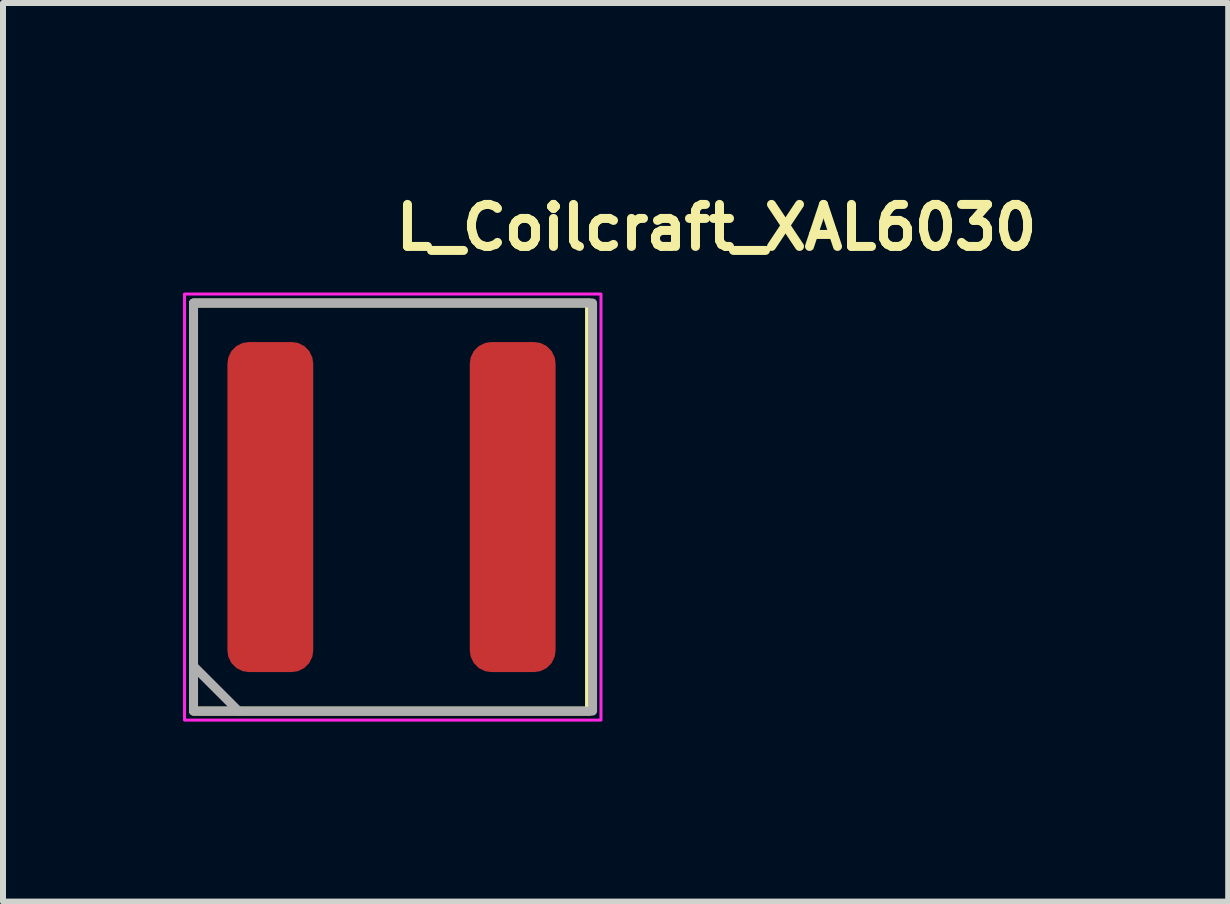
<source format=kicad_pcb>
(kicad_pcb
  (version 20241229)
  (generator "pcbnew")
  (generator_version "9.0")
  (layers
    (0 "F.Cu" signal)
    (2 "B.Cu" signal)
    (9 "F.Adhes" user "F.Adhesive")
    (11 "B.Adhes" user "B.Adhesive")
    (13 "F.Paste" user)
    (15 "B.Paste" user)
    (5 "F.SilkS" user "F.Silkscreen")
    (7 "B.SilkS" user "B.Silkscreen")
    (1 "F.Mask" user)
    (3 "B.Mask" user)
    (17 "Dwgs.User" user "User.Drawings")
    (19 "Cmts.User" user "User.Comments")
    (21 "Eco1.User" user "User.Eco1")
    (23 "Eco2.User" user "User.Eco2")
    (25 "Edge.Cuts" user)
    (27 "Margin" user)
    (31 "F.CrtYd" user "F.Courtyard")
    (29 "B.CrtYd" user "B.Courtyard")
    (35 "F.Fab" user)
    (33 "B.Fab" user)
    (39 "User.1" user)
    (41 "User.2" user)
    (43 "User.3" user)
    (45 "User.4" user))
  (footprint "L_Coilcraft_XAL6030"
    (layer "F.Cu")
    (at 3.475 5.4)
    (property "Reference" "L_Coilcraft_XAL6030" (at 0 -4.25 0) (unlocked yes) (layer "F.SilkS") (effects (font (size 0.7 0.7) (thickness 0.15)) (justify left bottom)))
    (attr smd)
    (fp_rect (start -3.3 -3.4) (end 3.3 3.4) (stroke (width 0.15) (type solid)) (fill no) (layer "F.SilkS"))
    (fp_rect (start -3.45 -3.55) (end 3.49 3.55) (stroke (width 0.05) (type solid)) (fill no) (layer "F.CrtYd"))
    (fp_line (start -3.3 2.65) (end -2.55 3.4) (stroke (width 0.15) (type solid)) (layer "F.Fab"))
    (fp_rect (start 3.35 -3.4) (end -3.3 3.4) (stroke (width 0.15) (type solid)) (fill no) (layer "F.Fab"))
    (fp_rect (start -3.28 -3.38) (end 3.28 3.38) (stroke (width 0.15) (type solid)) (fill no) (layer "User.5"))
    (fp_line (start -3.28 -3.13) (end -3.28 3.13) (stroke (width 0.01) (type solid)) (layer "User.9"))
    (fp_line (start -3.28 -3.13) (end -3.28 -3.142) (stroke (width 0.01) (type solid)) (layer "User.9"))
    (fp_line (start -3.28 -3.142) (end -3.279 -3.155) (stroke (width 0.01) (type solid)) (layer "User.9"))
    (fp_line (start -3.28 3.142) (end -3.28 3.13) (stroke (width 0.01) (type solid)) (layer "User.9"))
    (fp_line (start -3.279 -3.155) (end -3.277 -3.167) (stroke (width 0.01) (type solid)) (layer "User.9"))
    (fp_line (start -3.279 3.155) (end -3.28 3.142) (stroke (width 0.01) (type solid)) (layer "User.9"))
    (fp_line (start -3.277 -3.167) (end -3.275 -3.179) (stroke (width 0.01) (type solid)) (layer "User.9"))
    (fp_line (start -3.277 3.167) (end -3.279 3.155) (stroke (width 0.01) (type solid)) (layer "User.9"))
    (fp_line (start -3.275 -3.179) (end -3.272 -3.191) (stroke (width 0.01) (type solid)) (layer "User.9"))
    (fp_line (start -3.275 3.179) (end -3.277 3.167) (stroke (width 0.01) (type solid)) (layer "User.9"))
    (fp_line (start -3.272 -3.191) (end -3.269 -3.203) (stroke (width 0.01) (type solid)) (layer "User.9"))
    (fp_line (start -3.272 3.191) (end -3.275 3.179) (stroke (width 0.01) (type solid)) (layer "User.9"))
    (fp_line (start -3.269 -3.203) (end -3.265 -3.214) (stroke (width 0.01) (type solid)) (layer "User.9"))
    (fp_line (start -3.269 3.203) (end -3.272 3.191) (stroke (width 0.01) (type solid)) (layer "User.9"))
    (fp_line (start -3.265 -3.214) (end -3.261 -3.226) (stroke (width 0.01) (type solid)) (layer "User.9"))
    (fp_line (start -3.265 3.214) (end -3.269 3.203) (stroke (width 0.01) (type solid)) (layer "User.9"))
    (fp_line (start -3.261 -3.226) (end -3.256 -3.237) (stroke (width 0.01) (type solid)) (layer "User.9"))
    (fp_line (start -3.261 3.226) (end -3.265 3.214) (stroke (width 0.01) (type solid)) (layer "User.9"))
    (fp_line (start -3.256 -3.237) (end -3.251 -3.248) (stroke (width 0.01) (type solid)) (layer "User.9"))
    (fp_line (start -3.256 3.237) (end -3.261 3.226) (stroke (width 0.01) (type solid)) (layer "User.9"))
    (fp_line (start -3.251 -3.248) (end -3.245 -3.258) (stroke (width 0.01) (type solid)) (layer "User.9"))
    (fp_line (start -3.251 3.248) (end -3.256 3.237) (stroke (width 0.01) (type solid)) (layer "User.9"))
    (fp_line (start -3.245 -3.258) (end -3.238 -3.269) (stroke (width 0.01) (type solid)) (layer "User.9"))
    (fp_line (start -3.245 3.258) (end -3.251 3.248) (stroke (width 0.01) (type solid)) (layer "User.9"))
    (fp_line (start -3.238 -3.269) (end -3.231 -3.279) (stroke (width 0.01) (type solid)) (layer "User.9"))
    (fp_line (start -3.238 3.269) (end -3.245 3.258) (stroke (width 0.01) (type solid)) (layer "User.9"))
    (fp_line (start -3.231 -3.279) (end -3.223 -3.288) (stroke (width 0.01) (type solid)) (layer "User.9"))
    (fp_line (start -3.231 3.279) (end -3.238 3.269) (stroke (width 0.01) (type solid)) (layer "User.9"))
    (fp_line (start -3.223 -3.288) (end -3.215 -3.298) (stroke (width 0.01) (type solid)) (layer "User.9"))
    (fp_line (start -3.223 3.288) (end -3.231 3.279) (stroke (width 0.01) (type solid)) (layer "User.9"))
    (fp_line (start -3.215 -3.298) (end -3.207 -3.307) (stroke (width 0.01) (type solid)) (layer "User.9"))
    (fp_line (start -3.215 3.298) (end -3.223 3.288) (stroke (width 0.01) (type solid)) (layer "User.9"))
    (fp_line (start -3.207 -3.307) (end -3.207 -3.307) (stroke (width 0.01) (type solid)) (layer "User.9"))
    (fp_line (start -3.207 -3.307) (end -3.198 -3.315) (stroke (width 0.01) (type solid)) (layer "User.9"))
    (fp_line (start -3.207 3.307) (end -3.215 3.298) (stroke (width 0.01) (type solid)) (layer "User.9"))
    (fp_line (start -3.207 3.307) (end -3.207 3.307) (stroke (width 0.01) (type solid)) (layer "User.9"))
    (fp_line (start -3.198 -3.315) (end -3.188 -3.323) (stroke (width 0.01) (type solid)) (layer "User.9"))
    (fp_line (start -3.198 3.315) (end -3.207 3.307) (stroke (width 0.01) (type solid)) (layer "User.9"))
    (fp_line (start -3.188 -3.323) (end -3.179 -3.331) (stroke (width 0.01) (type solid)) (layer "User.9"))
    (fp_line (start -3.188 3.323) (end -3.198 3.315) (stroke (width 0.01) (type solid)) (layer "User.9"))
    (fp_line (start -3.179 -3.331) (end -3.169 -3.338) (stroke (width 0.01) (type solid)) (layer "User.9"))
    (fp_line (start -3.179 3.331) (end -3.188 3.323) (stroke (width 0.01) (type solid)) (layer "User.9"))
    (fp_line (start -3.169 -3.338) (end -3.158 -3.345) (stroke (width 0.01) (type solid)) (layer "User.9"))
    (fp_line (start -3.169 3.338) (end -3.179 3.331) (stroke (width 0.01) (type solid)) (layer "User.9"))
    (fp_line (start -3.158 -3.345) (end -3.148 -3.351) (stroke (width 0.01) (type solid)) (layer "User.9"))
    (fp_line (start -3.158 3.345) (end -3.169 3.338) (stroke (width 0.01) (type solid)) (layer "User.9"))
    (fp_line (start -3.148 -3.351) (end -3.137 -3.356) (stroke (width 0.01) (type solid)) (layer "User.9"))
    (fp_line (start -3.148 3.351) (end -3.158 3.345) (stroke (width 0.01) (type solid)) (layer "User.9"))
    (fp_line (start -3.137 -3.356) (end -3.126 -3.361) (stroke (width 0.01) (type solid)) (layer "User.9"))
    (fp_line (start -3.137 3.356) (end -3.148 3.351) (stroke (width 0.01) (type solid)) (layer "User.9"))
    (fp_line (start -3.126 -3.361) (end -3.114 -3.365) (stroke (width 0.01) (type solid)) (layer "User.9"))
    (fp_line (start -3.126 3.361) (end -3.137 3.356) (stroke (width 0.01) (type solid)) (layer "User.9"))
    (fp_line (start -3.114 -3.365) (end -3.103 -3.369) (stroke (width 0.01) (type solid)) (layer "User.9"))
    (fp_line (start -3.114 3.365) (end -3.126 3.361) (stroke (width 0.01) (type solid)) (layer "User.9"))
    (fp_line (start -3.103 -3.369) (end -3.091 -3.372) (stroke (width 0.01) (type solid)) (layer "User.9"))
    (fp_line (start -3.103 3.369) (end -3.114 3.365) (stroke (width 0.01) (type solid)) (layer "User.9"))
    (fp_line (start -3.091 -3.372) (end -3.079 -3.375) (stroke (width 0.01) (type solid)) (layer "User.9"))
    (fp_line (start -3.091 3.372) (end -3.103 3.369) (stroke (width 0.01) (type solid)) (layer "User.9"))
    (fp_line (start -3.079 -3.375) (end -3.067 -3.377) (stroke (width 0.01) (type solid)) (layer "User.9"))
    (fp_line (start -3.079 3.375) (end -3.091 3.372) (stroke (width 0.01) (type solid)) (layer "User.9"))
    (fp_line (start -3.067 -3.377) (end -3.055 -3.379) (stroke (width 0.01) (type solid)) (layer "User.9"))
    (fp_line (start -3.067 3.377) (end -3.079 3.375) (stroke (width 0.01) (type solid)) (layer "User.9"))
    (fp_line (start -3.055 -3.379) (end -3.042 -3.38) (stroke (width 0.01) (type solid)) (layer "User.9"))
    (fp_line (start -3.055 3.379) (end -3.067 3.377) (stroke (width 0.01) (type solid)) (layer "User.9"))
    (fp_line (start -3.042 -3.38) (end -3.03 -3.38) (stroke (width 0.01) (type solid)) (layer "User.9"))
    (fp_line (start -3.042 3.38) (end -3.055 3.379) (stroke (width 0.01) (type solid)) (layer "User.9"))
    (fp_line (start -3.03 3.38) (end -3.042 3.38) (stroke (width 0.01) (type solid)) (layer "User.9"))
    (fp_line (start -3.03 3.38) (end 3.03 3.38) (stroke (width 0.01) (type solid)) (layer "User.9"))
    (fp_line (start -2.593 -3) (end -2.343 -3) (stroke (width 0.01) (type solid)) (layer "User.9"))
    (fp_line (start -2.593 3) (end -2.593 -3) (stroke (width 0.01) (type solid)) (layer "User.9"))
    (fp_line (start -2.343 -3) (end -2.343 3) (stroke (width 0.01) (type solid)) (layer "User.9"))
    (fp_line (start -2.343 3) (end -2.593 3) (stroke (width 0.01) (type solid)) (layer "User.9"))
    (fp_line (start -1.489 -0.256) (end -1.489 -0.315) (stroke (width 0.01) (type solid)) (layer "User.9"))
    (fp_line (start -1.489 -0.315) (end -1.485 -0.374) (stroke (width 0.01) (type solid)) (layer "User.9"))
    (fp_line (start -1.485 -0.197) (end -1.489 -0.256) (stroke (width 0.01) (type solid)) (layer "User.9"))
    (fp_line (start -1.485 -0.374) (end -1.475 -0.433) (stroke (width 0.01) (type solid)) (layer "User.9"))
    (fp_line (start -1.476 -0.139) (end -1.485 -0.197) (stroke (width 0.01) (type solid)) (layer "User.9"))
    (fp_line (start -1.475 -0.433) (end -1.461 -0.492) (stroke (width 0.01) (type solid)) (layer "User.9"))
    (fp_line (start -1.464 -0.082) (end -1.476 -0.139) (stroke (width 0.01) (type solid)) (layer "User.9"))
    (fp_line (start -1.461 -0.492) (end -1.455 -0.51) (stroke (width 0.01) (type solid)) (layer "User.9"))
    (fp_line (start -1.455 -0.51) (end -1.449 -0.528) (stroke (width 0.01) (type solid)) (layer "User.9"))
    (fp_line (start -1.449 -0.528) (end -1.461 -0.492) (stroke (width 0.01) (type solid)) (layer "User.9"))
    (fp_line (start -1.449 -0.528) (end -1.441 -0.546) (stroke (width 0.01) (type solid)) (layer "User.9"))
    (fp_line (start -1.447 -0.025) (end -1.464 -0.082) (stroke (width 0.01) (type solid)) (layer "User.9"))
    (fp_line (start -1.441 -0.546) (end -1.433 -0.564) (stroke (width 0.01) (type solid)) (layer "User.9"))
    (fp_line (start -1.433 -0.564) (end -1.449 -0.528) (stroke (width 0.01) (type solid)) (layer "User.9"))
    (fp_line (start -1.433 -0.564) (end -1.425 -0.581) (stroke (width 0.01) (type solid)) (layer "User.9"))
    (fp_line (start -1.427 0.032) (end -1.447 -0.025) (stroke (width 0.01) (type solid)) (layer "User.9"))
    (fp_line (start -1.425 -0.581) (end -1.415 -0.598) (stroke (width 0.01) (type solid)) (layer "User.9"))
    (fp_line (start -1.415 -0.598) (end -1.433 -0.564) (stroke (width 0.01) (type solid)) (layer "User.9"))
    (fp_line (start -1.415 -0.598) (end -1.405 -0.615) (stroke (width 0.01) (type solid)) (layer "User.9"))
    (fp_line (start -1.405 -0.615) (end -1.394 -0.631) (stroke (width 0.01) (type solid)) (layer "User.9"))
    (fp_line (start -1.404 0.087) (end -1.427 0.032) (stroke (width 0.01) (type solid)) (layer "User.9"))
    (fp_line (start -1.394 -0.631) (end -1.415 -0.598) (stroke (width 0.01) (type solid)) (layer "User.9"))
    (fp_line (start -1.394 -0.631) (end -1.383 -0.647) (stroke (width 0.01) (type solid)) (layer "User.9"))
    (fp_line (start -1.383 -0.647) (end -1.371 -0.662) (stroke (width 0.01) (type solid)) (layer "User.9"))
    (fp_line (start -1.377 0.142) (end -1.404 0.087) (stroke (width 0.01) (type solid)) (layer "User.9"))
    (fp_line (start -1.371 -0.662) (end -1.394 -0.631) (stroke (width 0.01) (type solid)) (layer "User.9"))
    (fp_line (start -1.371 -0.662) (end -1.358 -0.677) (stroke (width 0.01) (type solid)) (layer "User.9"))
    (fp_line (start -1.358 -0.677) (end -1.345 -0.692) (stroke (width 0.01) (type solid)) (layer "User.9"))
    (fp_line (start -1.347 0.196) (end -1.377 0.142) (stroke (width 0.01) (type solid)) (layer "User.9"))
    (fp_line (start -1.345 -0.692) (end -1.371 -0.662) (stroke (width 0.01) (type solid)) (layer "User.9"))
    (fp_line (start -1.345 -0.692) (end -1.317 -0.721) (stroke (width 0.01) (type solid)) (layer "User.9"))
    (fp_line (start -1.317 -0.721) (end -1.345 -0.692) (stroke (width 0.01) (type solid)) (layer "User.9"))
    (fp_line (start -1.317 -0.721) (end -1.287 -0.747) (stroke (width 0.01) (type solid)) (layer "User.9"))
    (fp_line (start -1.315 0.249) (end -1.347 0.196) (stroke (width 0.01) (type solid)) (layer "User.9"))
    (fp_line (start -1.287 -0.747) (end -1.317 -0.721) (stroke (width 0.01) (type solid)) (layer "User.9"))
    (fp_line (start -1.287 -0.747) (end -1.254 -0.772) (stroke (width 0.01) (type solid)) (layer "User.9"))
    (fp_line (start -1.28 0.3) (end -1.315 0.249) (stroke (width 0.01) (type solid)) (layer "User.9"))
    (fp_line (start -1.254 -0.772) (end -1.287 -0.747) (stroke (width 0.01) (type solid)) (layer "User.9"))
    (fp_line (start -1.254 -0.772) (end -1.22 -0.795) (stroke (width 0.01) (type solid)) (layer "User.9"))
    (fp_line (start -1.242 0.351) (end -1.28 0.3) (stroke (width 0.01) (type solid)) (layer "User.9"))
    (fp_line (start -1.22 -0.795) (end -1.254 -0.772) (stroke (width 0.01) (type solid)) (layer "User.9"))
    (fp_line (start -1.22 -0.795) (end -1.184 -0.816) (stroke (width 0.01) (type solid)) (layer "User.9"))
    (fp_line (start -1.202 0.4) (end -1.242 0.351) (stroke (width 0.01) (type solid)) (layer "User.9"))
    (fp_line (start -1.184 -0.816) (end -1.22 -0.795) (stroke (width 0.01) (type solid)) (layer "User.9"))
    (fp_line (start -1.184 -0.816) (end -1.146 -0.834) (stroke (width 0.01) (type solid)) (layer "User.9"))
    (fp_line (start -1.155 -0.278) (end -1.154 -0.246) (stroke (width 0.01) (type solid)) (layer "User.9"))
    (fp_line (start -1.154 -0.246) (end -1.15 -0.213) (stroke (width 0.01) (type solid)) (layer "User.9"))
    (fp_line (start -1.153 -0.31) (end -1.155 -0.278) (stroke (width 0.01) (type solid)) (layer "User.9"))
    (fp_line (start -1.15 -0.213) (end -1.144 -0.18) (stroke (width 0.01) (type solid)) (layer "User.9"))
    (fp_line (start -1.148 -0.341) (end -1.153 -0.31) (stroke (width 0.01) (type solid)) (layer "User.9"))
    (fp_line (start -1.146 -0.834) (end -1.184 -0.816) (stroke (width 0.01) (type solid)) (layer "User.9"))
    (fp_line (start -1.146 -0.834) (end -1.107 -0.851) (stroke (width 0.01) (type solid)) (layer "User.9"))
    (fp_line (start -1.144 -0.18) (end -1.135 -0.146) (stroke (width 0.01) (type solid)) (layer "User.9"))
    (fp_line (start -1.139 -0.371) (end -1.148 -0.341) (stroke (width 0.01) (type solid)) (layer "User.9"))
    (fp_line (start -1.135 -0.146) (end -1.123 -0.113) (stroke (width 0.01) (type solid)) (layer "User.9"))
    (fp_line (start -1.128 -0.401) (end -1.139 -0.371) (stroke (width 0.01) (type solid)) (layer "User.9"))
    (fp_line (start -1.128 -0.401) (end -1.117 -0.423) (stroke (width 0.01) (type solid)) (layer "User.9"))
    (fp_line (start -1.123 -0.113) (end -1.109 -0.079) (stroke (width 0.01) (type solid)) (layer "User.9"))
    (fp_line (start -1.117 -0.423) (end -1.128 -0.401) (stroke (width 0.01) (type solid)) (layer "User.9"))
    (fp_line (start -1.117 -0.423) (end -1.104 -0.443) (stroke (width 0.01) (type solid)) (layer "User.9"))
    (fp_line (start -1.116 0.494) (end -1.202 0.4) (stroke (width 0.01) (type solid)) (layer "User.9"))
    (fp_line (start -1.109 -0.079) (end -1.093 -0.045) (stroke (width 0.01) (type solid)) (layer "User.9"))
    (fp_line (start -1.107 -0.851) (end -1.146 -0.834) (stroke (width 0.01) (type solid)) (layer "User.9"))
    (fp_line (start -1.107 -0.851) (end -1.067 -0.866) (stroke (width 0.01) (type solid)) (layer "User.9"))
    (fp_line (start -1.104 -0.443) (end -1.117 -0.423) (stroke (width 0.01) (type solid)) (layer "User.9"))
    (fp_line (start -1.104 -0.443) (end -1.091 -0.462) (stroke (width 0.01) (type solid)) (layer "User.9"))
    (fp_line (start -1.093 -0.045) (end -1.075 -0.011) (stroke (width 0.01) (type solid)) (layer "User.9"))
    (fp_line (start -1.091 -0.462) (end -1.104 -0.443) (stroke (width 0.01) (type solid)) (layer "User.9"))
    (fp_line (start -1.091 -0.462) (end -1.076 -0.479) (stroke (width 0.01) (type solid)) (layer "User.9"))
    (fp_line (start -1.076 -0.479) (end -1.091 -0.462) (stroke (width 0.01) (type solid)) (layer "User.9"))
    (fp_line (start -1.076 -0.479) (end -1.06 -0.494) (stroke (width 0.01) (type solid)) (layer "User.9"))
    (fp_line (start -1.075 -0.011) (end -1.054 0.023) (stroke (width 0.01) (type solid)) (layer "User.9"))
    (fp_line (start -1.067 -0.866) (end -1.107 -0.851) (stroke (width 0.01) (type solid)) (layer "User.9"))
    (fp_line (start -1.067 -0.866) (end -1.025 -0.878) (stroke (width 0.01) (type solid)) (layer "User.9"))
    (fp_line (start -1.06 -0.494) (end -1.076 -0.479) (stroke (width 0.01) (type solid)) (layer "User.9"))
    (fp_line (start -1.06 -0.494) (end -1.044 -0.508) (stroke (width 0.01) (type solid)) (layer "User.9"))
    (fp_line (start -1.054 0.023) (end -1.032 0.057) (stroke (width 0.01) (type solid)) (layer "User.9"))
    (fp_line (start -1.044 -0.508) (end -1.06 -0.494) (stroke (width 0.01) (type solid)) (layer "User.9"))
    (fp_line (start -1.044 -0.508) (end -1.026 -0.52) (stroke (width 0.01) (type solid)) (layer "User.9"))
    (fp_line (start -1.032 0.057) (end -1.008 0.09) (stroke (width 0.01) (type solid)) (layer "User.9"))
    (fp_line (start -1.026 -0.52) (end -1.044 -0.508) (stroke (width 0.01) (type solid)) (layer "User.9"))
    (fp_line (start -1.026 -0.52) (end -1.007 -0.53) (stroke (width 0.01) (type solid)) (layer "User.9"))
    (fp_line (start -1.025 -0.878) (end -1.067 -0.866) (stroke (width 0.01) (type solid)) (layer "User.9"))
    (fp_line (start -1.025 -0.878) (end -0.982 -0.887) (stroke (width 0.01) (type solid)) (layer "User.9"))
    (fp_line (start -1.024 0.581) (end -1.116 0.494) (stroke (width 0.01) (type solid)) (layer "User.9"))
    (fp_line (start -1.008 0.09) (end -0.982 0.123) (stroke (width 0.01) (type solid)) (layer "User.9"))
    (fp_line (start -1.007 -0.53) (end -1.026 -0.52) (stroke (width 0.01) (type solid)) (layer "User.9"))
    (fp_line (start -1.007 -0.53) (end -0.988 -0.539) (stroke (width 0.01) (type solid)) (layer "User.9"))
    (fp_line (start -0.988 -0.539) (end -1.007 -0.53) (stroke (width 0.01) (type solid)) (layer "User.9"))
    (fp_line (start -0.988 -0.539) (end -0.968 -0.547) (stroke (width 0.01) (type solid)) (layer "User.9"))
    (fp_line (start -0.982 -0.887) (end -1.025 -0.878) (stroke (width 0.01) (type solid)) (layer "User.9"))
    (fp_line (start -0.982 -0.887) (end -0.938 -0.895) (stroke (width 0.01) (type solid)) (layer "User.9"))
    (fp_line (start -0.982 0.123) (end -0.925 0.188) (stroke (width 0.01) (type solid)) (layer "User.9"))
    (fp_line (start -0.968 -0.547) (end -0.988 -0.539) (stroke (width 0.01) (type solid)) (layer "User.9"))
    (fp_line (start -0.968 -0.547) (end -0.947 -0.553) (stroke (width 0.01) (type solid)) (layer "User.9"))
    (fp_line (start -0.947 -0.553) (end -0.968 -0.547) (stroke (width 0.01) (type solid)) (layer "User.9"))
    (fp_line (start -0.947 -0.553) (end -0.926 -0.557) (stroke (width 0.01) (type solid)) (layer "User.9"))
    (fp_line (start -0.938 -0.895) (end -0.982 -0.887) (stroke (width 0.01) (type solid)) (layer "User.9"))
    (fp_line (start -0.938 -0.895) (end -0.893 -0.899) (stroke (width 0.01) (type solid)) (layer "User.9"))
    (fp_line (start -0.926 0.661) (end -1.024 0.581) (stroke (width 0.01) (type solid)) (layer "User.9"))
    (fp_line (start -0.926 -0.557) (end -0.947 -0.553) (stroke (width 0.01) (type solid)) (layer "User.9"))
    (fp_line (start -0.926 -0.557) (end -0.904 -0.56) (stroke (width 0.01) (type solid)) (layer "User.9"))
    (fp_line (start -0.925 0.188) (end -0.863 0.25) (stroke (width 0.01) (type solid)) (layer "User.9"))
    (fp_line (start -0.904 -0.56) (end -0.926 -0.557) (stroke (width 0.01) (type solid)) (layer "User.9"))
    (fp_line (start -0.904 -0.56) (end -0.881 -0.562) (stroke (width 0.01) (type solid)) (layer "User.9"))
    (fp_line (start -0.893 -0.899) (end -0.938 -0.895) (stroke (width 0.01) (type solid)) (layer "User.9"))
    (fp_line (start -0.893 -0.899) (end -0.848 -0.901) (stroke (width 0.01) (type solid)) (layer "User.9"))
    (fp_line (start -0.881 -0.562) (end -0.904 -0.56) (stroke (width 0.01) (type solid)) (layer "User.9"))
    (fp_line (start -0.881 -0.562) (end -0.859 -0.562) (stroke (width 0.01) (type solid)) (layer "User.9"))
    (fp_line (start -0.863 0.25) (end -0.796 0.31) (stroke (width 0.01) (type solid)) (layer "User.9"))
    (fp_line (start -0.859 -0.562) (end -0.881 -0.562) (stroke (width 0.01) (type solid)) (layer "User.9"))
    (fp_line (start -0.859 -0.562) (end -0.836 -0.56) (stroke (width 0.01) (type solid)) (layer "User.9"))
    (fp_line (start -0.848 -0.901) (end -0.893 -0.899) (stroke (width 0.01) (type solid)) (layer "User.9"))
    (fp_line (start -0.848 -0.901) (end -0.802 -0.9) (stroke (width 0.01) (type solid)) (layer "User.9"))
    (fp_line (start -0.836 -0.56) (end -0.859 -0.562) (stroke (width 0.01) (type solid)) (layer "User.9"))
    (fp_line (start -0.836 -0.56) (end -0.812 -0.558) (stroke (width 0.01) (type solid)) (layer "User.9"))
    (fp_line (start -0.825 0.733) (end -0.926 0.661) (stroke (width 0.01) (type solid)) (layer "User.9"))
    (fp_line (start -0.812 -0.558) (end -0.836 -0.56) (stroke (width 0.01) (type solid)) (layer "User.9"))
    (fp_line (start -0.812 -0.558) (end -0.789 -0.554) (stroke (width 0.01) (type solid)) (layer "User.9"))
    (fp_line (start -0.802 -0.9) (end -0.848 -0.901) (stroke (width 0.01) (type solid)) (layer "User.9"))
    (fp_line (start -0.802 -0.9) (end -0.756 -0.897) (stroke (width 0.01) (type solid)) (layer "User.9"))
    (fp_line (start -0.796 0.31) (end -0.725 0.365) (stroke (width 0.01) (type solid)) (layer "User.9"))
    (fp_line (start -0.789 -0.554) (end -0.812 -0.558) (stroke (width 0.01) (type solid)) (layer "User.9"))
    (fp_line (start -0.789 -0.554) (end -0.765 -0.549) (stroke (width 0.01) (type solid)) (layer "User.9"))
    (fp_line (start -0.765 -0.549) (end -0.789 -0.554) (stroke (width 0.01) (type solid)) (layer "User.9"))
    (fp_line (start -0.765 -0.549) (end -0.741 -0.542) (stroke (width 0.01) (type solid)) (layer "User.9"))
    (fp_line (start -0.756 -0.897) (end -0.802 -0.9) (stroke (width 0.01) (type solid)) (layer "User.9"))
    (fp_line (start -0.756 -0.897) (end -0.71 -0.89) (stroke (width 0.01) (type solid)) (layer "User.9"))
    (fp_line (start -0.741 -0.542) (end -0.765 -0.549) (stroke (width 0.01) (type solid)) (layer "User.9"))
    (fp_line (start -0.741 -0.542) (end -0.718 -0.534) (stroke (width 0.01) (type solid)) (layer "User.9"))
    (fp_line (start -0.725 0.365) (end -0.652 0.417) (stroke (width 0.01) (type solid)) (layer "User.9"))
    (fp_line (start -0.722 0.797) (end -0.825 0.733) (stroke (width 0.01) (type solid)) (layer "User.9"))
    (fp_line (start -0.718 -0.534) (end -0.741 -0.542) (stroke (width 0.01) (type solid)) (layer "User.9"))
    (fp_line (start -0.718 -0.534) (end -0.694 -0.525) (stroke (width 0.01) (type solid)) (layer "User.9"))
    (fp_line (start -0.71 -0.89) (end -0.756 -0.897) (stroke (width 0.01) (type solid)) (layer "User.9"))
    (fp_line (start -0.71 -0.89) (end -0.663 -0.881) (stroke (width 0.01) (type solid)) (layer "User.9"))
    (fp_line (start -0.694 -0.525) (end -0.718 -0.534) (stroke (width 0.01) (type solid)) (layer "User.9"))
    (fp_line (start -0.694 -0.525) (end -0.671 -0.515) (stroke (width 0.01) (type solid)) (layer "User.9"))
    (fp_line (start -0.671 -0.515) (end -0.694 -0.525) (stroke (width 0.01) (type solid)) (layer "User.9"))
    (fp_line (start -0.671 -0.515) (end -0.647 -0.503) (stroke (width 0.01) (type solid)) (layer "User.9"))
    (fp_line (start -0.663 -0.881) (end -0.71 -0.89) (stroke (width 0.01) (type solid)) (layer "User.9"))
    (fp_line (start -0.663 -0.881) (end -0.616 -0.869) (stroke (width 0.01) (type solid)) (layer "User.9"))
    (fp_line (start -0.652 0.417) (end -0.576 0.463) (stroke (width 0.01) (type solid)) (layer "User.9"))
    (fp_line (start -0.647 -0.503) (end -0.671 -0.515) (stroke (width 0.01) (type solid)) (layer "User.9"))
    (fp_line (start -0.647 -0.503) (end -0.625 -0.491) (stroke (width 0.01) (type solid)) (layer "User.9"))
    (fp_line (start -0.625 -0.491) (end -0.647 -0.503) (stroke (width 0.01) (type solid)) (layer "User.9"))
    (fp_line (start -0.625 -0.491) (end -0.602 -0.477) (stroke (width 0.01) (type solid)) (layer "User.9"))
    (fp_line (start -0.619 0.851) (end -0.722 0.797) (stroke (width 0.01) (type solid)) (layer "User.9"))
    (fp_line (start -0.616 -0.869) (end -0.663 -0.881) (stroke (width 0.01) (type solid)) (layer "User.9"))
    (fp_line (start -0.616 -0.869) (end -0.57 -0.853) (stroke (width 0.01) (type solid)) (layer "User.9"))
    (fp_line (start -0.602 -0.477) (end -0.625 -0.491) (stroke (width 0.01) (type solid)) (layer "User.9"))
    (fp_line (start -0.602 -0.477) (end -0.58 -0.462) (stroke (width 0.01) (type solid)) (layer "User.9"))
    (fp_line (start -0.58 -0.462) (end -0.602 -0.477) (stroke (width 0.01) (type solid)) (layer "User.9"))
    (fp_line (start -0.58 -0.462) (end -0.558 -0.445) (stroke (width 0.01) (type solid)) (layer "User.9"))
    (fp_line (start -0.576 0.463) (end -0.499 0.504) (stroke (width 0.01) (type solid)) (layer "User.9"))
    (fp_line (start -0.57 -0.853) (end -0.616 -0.869) (stroke (width 0.01) (type solid)) (layer "User.9"))
    (fp_line (start -0.57 -0.853) (end -0.524 -0.834) (stroke (width 0.01) (type solid)) (layer "User.9"))
    (fp_line (start -0.558 -0.445) (end -0.58 -0.462) (stroke (width 0.01) (type solid)) (layer "User.9"))
    (fp_line (start -0.558 -0.445) (end -0.537 -0.428) (stroke (width 0.01) (type solid)) (layer "User.9"))
    (fp_line (start -0.537 -0.428) (end -0.558 -0.445) (stroke (width 0.01) (type solid)) (layer "User.9"))
    (fp_line (start -0.537 -0.428) (end -0.517 -0.41) (stroke (width 0.01) (type solid)) (layer "User.9"))
    (fp_line (start -0.524 -0.834) (end -0.57 -0.853) (stroke (width 0.01) (type solid)) (layer "User.9"))
    (fp_line (start -0.524 -0.834) (end -0.478 -0.812) (stroke (width 0.01) (type solid)) (layer "User.9"))
    (fp_line (start -0.517 -0.41) (end -0.537 -0.428) (stroke (width 0.01) (type solid)) (layer "User.9"))
    (fp_line (start -0.517 -0.41) (end -0.497 -0.39) (stroke (width 0.01) (type solid)) (layer "User.9"))
    (fp_line (start -0.517 0.894) (end -0.619 0.851) (stroke (width 0.01) (type solid)) (layer "User.9"))
    (fp_line (start -0.499 0.504) (end -0.422 0.539) (stroke (width 0.01) (type solid)) (layer "User.9"))
    (fp_line (start -0.497 -0.39) (end -0.517 -0.41) (stroke (width 0.01) (type solid)) (layer "User.9"))
    (fp_line (start -0.497 -0.39) (end -0.479 -0.37) (stroke (width 0.01) (type solid)) (layer "User.9"))
    (fp_line (start -0.479 -0.37) (end -0.497 -0.39) (stroke (width 0.01) (type solid)) (layer "User.9"))
    (fp_line (start -0.478 -0.812) (end -0.524 -0.834) (stroke (width 0.01) (type solid)) (layer "User.9"))
    (fp_line (start -0.478 -0.812) (end -0.433 -0.787) (stroke (width 0.01) (type solid)) (layer "User.9"))
    (fp_line (start -0.467 0.912) (end -0.517 0.894) (stroke (width 0.01) (type solid)) (layer "User.9"))
    (fp_line (start -0.433 -0.787) (end -0.478 -0.812) (stroke (width 0.01) (type solid)) (layer "User.9"))
    (fp_line (start -0.433 -0.787) (end -0.388 -0.758) (stroke (width 0.01) (type solid)) (layer "User.9"))
    (fp_line (start -0.422 0.539) (end -0.371 0.558) (stroke (width 0.01) (type solid)) (layer "User.9"))
    (fp_line (start -0.417 0.927) (end -0.467 0.912) (stroke (width 0.01) (type solid)) (layer "User.9"))
    (fp_line (start -0.417 0.927) (end -0.331 0.948) (stroke (width 0.01) (type solid)) (layer "User.9"))
    (fp_line (start -0.388 -0.758) (end -0.433 -0.787) (stroke (width 0.01) (type solid)) (layer "User.9"))
    (fp_line (start -0.388 -0.758) (end -0.345 -0.726) (stroke (width 0.01) (type solid)) (layer "User.9"))
    (fp_line (start -0.371 0.558) (end -0.32 0.576) (stroke (width 0.01) (type solid)) (layer "User.9"))
    (fp_line (start -0.345 -0.726) (end -0.388 -0.758) (stroke (width 0.01) (type solid)) (layer "User.9"))
    (fp_line (start -0.345 -0.726) (end -0.302 -0.69) (stroke (width 0.01) (type solid)) (layer "User.9"))
    (fp_line (start -0.331 0.948) (end -0.417 0.927) (stroke (width 0.01) (type solid)) (layer "User.9"))
    (fp_line (start -0.331 0.948) (end -0.248 0.965) (stroke (width 0.01) (type solid)) (layer "User.9"))
    (fp_line (start -0.32 0.576) (end -0.269 0.59) (stroke (width 0.01) (type solid)) (layer "User.9"))
    (fp_line (start -0.302 -0.69) (end -0.345 -0.726) (stroke (width 0.01) (type solid)) (layer "User.9"))
    (fp_line (start -0.302 -0.69) (end -0.261 -0.65) (stroke (width 0.01) (type solid)) (layer "User.9"))
    (fp_line (start -0.269 0.59) (end -0.218 0.602) (stroke (width 0.01) (type solid)) (layer "User.9"))
    (fp_line (start -0.261 -0.65) (end -0.479 -0.37) (stroke (width 0.01) (type solid)) (layer "User.9"))
    (fp_line (start -0.261 -0.65) (end -0.302 -0.69) (stroke (width 0.01) (type solid)) (layer "User.9"))
    (fp_line (start -0.248 0.965) (end -0.331 0.948) (stroke (width 0.01) (type solid)) (layer "User.9"))
    (fp_line (start -0.248 0.965) (end -0.166 0.977) (stroke (width 0.01) (type solid)) (layer "User.9"))
    (fp_line (start -0.218 0.602) (end -0.167 0.612) (stroke (width 0.01) (type solid)) (layer "User.9"))
    (fp_line (start -0.167 0.612) (end -0.117 0.62) (stroke (width 0.01) (type solid)) (layer "User.9"))
    (fp_line (start -0.166 0.977) (end -0.248 0.965) (stroke (width 0.01) (type solid)) (layer "User.9"))
    (fp_line (start -0.166 0.977) (end -0.087 0.985) (stroke (width 0.01) (type solid)) (layer "User.9"))
    (fp_line (start -0.117 0.62) (end -0.067 0.624) (stroke (width 0.01) (type solid)) (layer "User.9"))
    (fp_line (start -0.087 0.985) (end -0.166 0.977) (stroke (width 0.01) (type solid)) (layer "User.9"))
    (fp_line (start -0.087 0.985) (end -0.01 0.988) (stroke (width 0.01) (type solid)) (layer "User.9"))
    (fp_line (start -0.067 0.624) (end -0.018 0.627) (stroke (width 0.01) (type solid)) (layer "User.9"))
    (fp_line (start -0.018 0.627) (end 0.031 0.627) (stroke (width 0.01) (type solid)) (layer "User.9"))
    (fp_line (start -0.01 0.988) (end -0.087 0.985) (stroke (width 0.01) (type solid)) (layer "User.9"))
    (fp_line (start -0.01 0.988) (end 0.065 0.988) (stroke (width 0.01) (type solid)) (layer "User.9"))
    (fp_line (start 0.031 0.627) (end 0.078 0.625) (stroke (width 0.01) (type solid)) (layer "User.9"))
    (fp_line (start 0.065 0.988) (end -0.01 0.988) (stroke (width 0.01) (type solid)) (layer "User.9"))
    (fp_line (start 0.065 0.988) (end 0.137 0.983) (stroke (width 0.01) (type solid)) (layer "User.9"))
    (fp_line (start 0.078 0.625) (end 0.125 0.62) (stroke (width 0.01) (type solid)) (layer "User.9"))
    (fp_line (start 0.125 0.62) (end 0.171 0.613) (stroke (width 0.01) (type solid)) (layer "User.9"))
    (fp_line (start 0.137 0.983) (end 0.065 0.988) (stroke (width 0.01) (type solid)) (layer "User.9"))
    (fp_line (start 0.137 0.983) (end 0.206 0.975) (stroke (width 0.01) (type solid)) (layer "User.9"))
    (fp_line (start 0.155 -1.056) (end 0.172 -1.038) (stroke (width 0.01) (type solid)) (layer "User.9"))
    (fp_line (start 0.155 -1.056) (end 0.612 -1.056) (stroke (width 0.01) (type solid)) (layer "User.9"))
    (fp_line (start 0.171 0.613) (end 0.216 0.603) (stroke (width 0.01) (type solid)) (layer "User.9"))
    (fp_line (start 0.172 -1.038) (end 0.19 -1.02) (stroke (width 0.01) (type solid)) (layer "User.9"))
    (fp_line (start 0.19 -1.02) (end 0.207 -1.002) (stroke (width 0.01) (type solid)) (layer "User.9"))
    (fp_line (start 0.206 0.975) (end 0.137 0.983) (stroke (width 0.01) (type solid)) (layer "User.9"))
    (fp_line (start 0.206 0.975) (end 0.273 0.962) (stroke (width 0.01) (type solid)) (layer "User.9"))
    (fp_line (start 0.207 -1.002) (end 0.224 -0.983) (stroke (width 0.01) (type solid)) (layer "User.9"))
    (fp_line (start 0.209 -0.999) (end 0.155 -1.056) (stroke (width 0.01) (type solid)) (layer "User.9"))
    (fp_line (start 0.216 0.603) (end 0.26 0.591) (stroke (width 0.01) (type solid)) (layer "User.9"))
    (fp_line (start 0.224 -0.983) (end 0.242 -0.963) (stroke (width 0.01) (type solid)) (layer "User.9"))
    (fp_line (start 0.242 -0.963) (end 0.259 -0.944) (stroke (width 0.01) (type solid)) (layer "User.9"))
    (fp_line (start 0.259 -0.944) (end 0.276 -0.924) (stroke (width 0.01) (type solid)) (layer "User.9"))
    (fp_line (start 0.26 0.591) (end 0.302 0.576) (stroke (width 0.01) (type solid)) (layer "User.9"))
    (fp_line (start 0.263 -0.939) (end 0.209 -0.999) (stroke (width 0.01) (type solid)) (layer "User.9"))
    (fp_line (start 0.273 0.962) (end 0.206 0.975) (stroke (width 0.01) (type solid)) (layer "User.9"))
    (fp_line (start 0.273 0.962) (end 0.338 0.946) (stroke (width 0.01) (type solid)) (layer "User.9"))
    (fp_line (start 0.276 -0.924) (end 0.292 -0.904) (stroke (width 0.01) (type solid)) (layer "User.9"))
    (fp_line (start 0.302 0.576) (end 0.343 0.559) (stroke (width 0.01) (type solid)) (layer "User.9"))
    (fp_line (start 0.315 -0.876) (end 0.263 -0.939) (stroke (width 0.01) (type solid)) (layer "User.9"))
    (fp_line (start 0.338 0.946) (end 0.273 0.962) (stroke (width 0.01) (type solid)) (layer "User.9"))
    (fp_line (start 0.338 0.946) (end 0.4 0.927) (stroke (width 0.01) (type solid)) (layer "User.9"))
    (fp_line (start 0.343 0.559) (end 0.382 0.54) (stroke (width 0.01) (type solid)) (layer "User.9"))
    (fp_line (start 0.365 -0.81) (end 0.315 -0.876) (stroke (width 0.01) (type solid)) (layer "User.9"))
    (fp_line (start 0.382 0.54) (end 0.419 0.518) (stroke (width 0.01) (type solid)) (layer "User.9"))
    (fp_line (start 0.4 0.927) (end 0.338 0.946) (stroke (width 0.01) (type solid)) (layer "User.9"))
    (fp_line (start 0.4 0.927) (end 0.46 0.904) (stroke (width 0.01) (type solid)) (layer "User.9"))
    (fp_line (start 0.414 -0.743) (end 0.365 -0.81) (stroke (width 0.01) (type solid)) (layer "User.9"))
    (fp_line (start 0.419 0.518) (end 0.455 0.493) (stroke (width 0.01) (type solid)) (layer "User.9"))
    (fp_line (start 0.455 0.493) (end 0.489 0.466) (stroke (width 0.01) (type solid)) (layer "User.9"))
    (fp_line (start 0.459 -0.675) (end 0.414 -0.743) (stroke (width 0.01) (type solid)) (layer "User.9"))
    (fp_line (start 0.46 0.904) (end 0.4 0.927) (stroke (width 0.01) (type solid)) (layer "User.9"))
    (fp_line (start 0.46 0.904) (end 0.517 0.878) (stroke (width 0.01) (type solid)) (layer "User.9"))
    (fp_line (start 0.489 0.466) (end 0.521 0.437) (stroke (width 0.01) (type solid)) (layer "User.9"))
    (fp_line (start 0.502 -0.606) (end 0.459 -0.675) (stroke (width 0.01) (type solid)) (layer "User.9"))
    (fp_line (start 0.517 0.878) (end 0.46 0.904) (stroke (width 0.01) (type solid)) (layer "User.9"))
    (fp_line (start 0.517 0.878) (end 0.571 0.848) (stroke (width 0.01) (type solid)) (layer "User.9"))
    (fp_line (start 0.521 0.437) (end 0.55 0.405) (stroke (width 0.01) (type solid)) (layer "User.9"))
    (fp_line (start 0.542 -0.537) (end 0.502 -0.606) (stroke (width 0.01) (type solid)) (layer "User.9"))
    (fp_line (start 0.55 0.405) (end 0.578 0.37) (stroke (width 0.01) (type solid)) (layer "User.9"))
    (fp_line (start 0.571 0.848) (end 0.517 0.878) (stroke (width 0.01) (type solid)) (layer "User.9"))
    (fp_line (start 0.571 0.848) (end 0.622 0.816) (stroke (width 0.01) (type solid)) (layer "User.9"))
    (fp_line (start 0.578 0.37) (end 0.603 0.333) (stroke (width 0.01) (type solid)) (layer "User.9"))
    (fp_line (start 0.579 -0.469) (end 0.542 -0.537) (stroke (width 0.01) (type solid)) (layer "User.9"))
    (fp_line (start 0.603 0.333) (end 0.626 0.294) (stroke (width 0.01) (type solid)) (layer "User.9"))
    (fp_line (start 0.611 -0.402) (end 0.579 -0.469) (stroke (width 0.01) (type solid)) (layer "User.9"))
    (fp_line (start 0.612 -1.056) (end 0.662 -0.992) (stroke (width 0.01) (type solid)) (layer "User.9"))
    (fp_line (start 0.622 0.816) (end 0.571 0.848) (stroke (width 0.01) (type solid)) (layer "User.9"))
    (fp_line (start 0.622 0.816) (end 0.671 0.781) (stroke (width 0.01) (type solid)) (layer "User.9"))
    (fp_line (start 0.626 0.294) (end 0.646 0.252) (stroke (width 0.01) (type solid)) (layer "User.9"))
    (fp_line (start 0.64 -0.336) (end 0.611 -0.402) (stroke (width 0.01) (type solid)) (layer "User.9"))
    (fp_line (start 0.646 0.252) (end 0.664 0.207) (stroke (width 0.01) (type solid)) (layer "User.9"))
    (fp_line (start 0.662 -0.992) (end 0.709 -0.928) (stroke (width 0.01) (type solid)) (layer "User.9"))
    (fp_line (start 0.663 -0.273) (end 0.64 -0.336) (stroke (width 0.01) (type solid)) (layer "User.9"))
    (fp_line (start 0.664 0.207) (end 0.678 0.16) (stroke (width 0.01) (type solid)) (layer "User.9"))
    (fp_line (start 0.671 0.781) (end 0.622 0.816) (stroke (width 0.01) (type solid)) (layer "User.9"))
    (fp_line (start 0.671 0.781) (end 0.717 0.743) (stroke (width 0.01) (type solid)) (layer "User.9"))
    (fp_line (start 0.678 0.16) (end 0.69 0.111) (stroke (width 0.01) (type solid)) (layer "User.9"))
    (fp_line (start 0.679 -0.224) (end 0.686 -0.201) (stroke (width 0.01) (type solid)) (layer "User.9"))
    (fp_line (start 0.682 -0.212) (end 0.663 -0.273) (stroke (width 0.01) (type solid)) (layer "User.9"))
    (fp_line (start 0.686 -0.201) (end 0.691 -0.178) (stroke (width 0.01) (type solid)) (layer "User.9"))
    (fp_line (start 0.69 0.111) (end 0.699 0.058) (stroke (width 0.01) (type solid)) (layer "User.9"))
    (fp_line (start 0.691 -0.178) (end 0.696 -0.155) (stroke (width 0.01) (type solid)) (layer "User.9"))
    (fp_line (start 0.696 -0.155) (end 0.682 -0.212) (stroke (width 0.01) (type solid)) (layer "User.9"))
    (fp_line (start 0.696 -0.155) (end 0.7 -0.134) (stroke (width 0.01) (type solid)) (layer "User.9"))
    (fp_line (start 0.699 0.058) (end 0.705 0.004) (stroke (width 0.01) (type solid)) (layer "User.9"))
    (fp_line (start 0.7 -0.134) (end 0.703 -0.113) (stroke (width 0.01) (type solid)) (layer "User.9"))
    (fp_line (start 0.703 -0.113) (end 0.705 -0.092) (stroke (width 0.01) (type solid)) (layer "User.9"))
    (fp_line (start 0.705 0.004) (end 0.707 -0.053) (stroke (width 0.01) (type solid)) (layer "User.9"))
    (fp_line (start 0.705 -0.102) (end 0.696 -0.155) (stroke (width 0.01) (type solid)) (layer "User.9"))
    (fp_line (start 0.705 -0.092) (end 0.707 -0.072) (stroke (width 0.01) (type solid)) (layer "User.9"))
    (fp_line (start 0.707 -0.077) (end 0.705 -0.102) (stroke (width 0.01) (type solid)) (layer "User.9"))
    (fp_line (start 0.707 -0.072) (end 0.707 -0.053) (stroke (width 0.01) (type solid)) (layer "User.9"))
    (fp_line (start 0.707 -0.053) (end 0.707 -0.077) (stroke (width 0.01) (type solid)) (layer "User.9"))
    (fp_line (start 0.709 -0.928) (end 0.753 -0.865) (stroke (width 0.01) (type solid)) (layer "User.9"))
    (fp_line (start 0.717 0.743) (end 0.671 0.781) (stroke (width 0.01) (type solid)) (layer "User.9"))
    (fp_line (start 0.717 0.743) (end 0.76 0.702) (stroke (width 0.01) (type solid)) (layer "User.9"))
    (fp_line (start 0.753 -0.865) (end 0.795 -0.801) (stroke (width 0.01) (type solid)) (layer "User.9"))
    (fp_line (start 0.76 0.702) (end 0.717 0.743) (stroke (width 0.01) (type solid)) (layer "User.9"))
    (fp_line (start 0.76 0.702) (end 0.8 0.659) (stroke (width 0.01) (type solid)) (layer "User.9"))
    (fp_line (start 0.795 -0.801) (end 0.833 -0.738) (stroke (width 0.01) (type solid)) (layer "User.9"))
    (fp_line (start 0.8 0.659) (end 0.76 0.702) (stroke (width 0.01) (type solid)) (layer "User.9"))
    (fp_line (start 0.8 0.659) (end 0.837 0.613) (stroke (width 0.01) (type solid)) (layer "User.9"))
    (fp_line (start 0.833 -0.738) (end 0.868 -0.676) (stroke (width 0.01) (type solid)) (layer "User.9"))
    (fp_line (start 0.837 0.613) (end 0.8 0.659) (stroke (width 0.01) (type solid)) (layer "User.9"))
    (fp_line (start 0.837 0.613) (end 0.872 0.565) (stroke (width 0.01) (type solid)) (layer "User.9"))
    (fp_line (start 0.868 -0.676) (end 0.9 -0.613) (stroke (width 0.01) (type solid)) (layer "User.9"))
    (fp_line (start 0.872 0.565) (end 0.837 0.613) (stroke (width 0.01) (type solid)) (layer "User.9"))
    (fp_line (start 0.872 0.565) (end 0.903 0.515) (stroke (width 0.01) (type solid)) (layer "User.9"))
    (fp_line (start 0.9 -0.613) (end 0.928 -0.551) (stroke (width 0.01) (type solid)) (layer "User.9"))
    (fp_line (start 0.903 0.515) (end 0.872 0.565) (stroke (width 0.01) (type solid)) (layer "User.9"))
    (fp_line (start 0.903 0.515) (end 0.932 0.462) (stroke (width 0.01) (type solid)) (layer "User.9"))
    (fp_line (start 0.928 -0.551) (end 0.954 -0.49) (stroke (width 0.01) (type solid)) (layer "User.9"))
    (fp_line (start 0.932 0.462) (end 0.903 0.515) (stroke (width 0.01) (type solid)) (layer "User.9"))
    (fp_line (start 0.932 0.462) (end 0.957 0.408) (stroke (width 0.01) (type solid)) (layer "User.9"))
    (fp_line (start 0.954 -0.49) (end 0.977 -0.429) (stroke (width 0.01) (type solid)) (layer "User.9"))
    (fp_line (start 0.957 0.408) (end 0.932 0.462) (stroke (width 0.01) (type solid)) (layer "User.9"))
    (fp_line (start 0.957 0.408) (end 0.979 0.352) (stroke (width 0.01) (type solid)) (layer "User.9"))
    (fp_line (start 0.977 -0.429) (end 0.996 -0.369) (stroke (width 0.01) (type solid)) (layer "User.9"))
    (fp_line (start 0.979 0.352) (end 0.957 0.408) (stroke (width 0.01) (type solid)) (layer "User.9"))
    (fp_line (start 0.979 0.352) (end 0.998 0.295) (stroke (width 0.01) (type solid)) (layer "User.9"))
    (fp_line (start 0.996 -0.369) (end 1.012 -0.31) (stroke (width 0.01) (type solid)) (layer "User.9"))
    (fp_line (start 0.998 0.295) (end 0.979 0.352) (stroke (width 0.01) (type solid)) (layer "User.9"))
    (fp_line (start 0.998 0.295) (end 1.014 0.235) (stroke (width 0.01) (type solid)) (layer "User.9"))
    (fp_line (start 1.012 -0.31) (end 1.025 -0.251) (stroke (width 0.01) (type solid)) (layer "User.9"))
    (fp_line (start 1.014 0.235) (end 0.998 0.295) (stroke (width 0.01) (type solid)) (layer "User.9"))
    (fp_line (start 1.014 0.235) (end 1.027 0.175) (stroke (width 0.01) (type solid)) (layer "User.9"))
    (fp_line (start 1.025 -0.251) (end 1.035 -0.193) (stroke (width 0.01) (type solid)) (layer "User.9"))
    (fp_line (start 1.027 0.175) (end 1.014 0.235) (stroke (width 0.01) (type solid)) (layer "User.9"))
    (fp_line (start 1.027 0.175) (end 1.037 0.113) (stroke (width 0.01) (type solid)) (layer "User.9"))
    (fp_line (start 1.035 -0.193) (end 1.042 -0.136) (stroke (width 0.01) (type solid)) (layer "User.9"))
    (fp_line (start 1.037 0.113) (end 1.027 0.175) (stroke (width 0.01) (type solid)) (layer "User.9"))
    (fp_line (start 1.037 0.113) (end 1.043 0.05) (stroke (width 0.01) (type solid)) (layer "User.9"))
    (fp_line (start 1.042 -0.136) (end 1.045 -0.079) (stroke (width 0.01) (type solid)) (layer "User.9"))
    (fp_line (start 1.043 0.05) (end 1.037 0.113) (stroke (width 0.01) (type solid)) (layer "User.9"))
    (fp_line (start 1.043 0.05) (end 1.046 -0.014) (stroke (width 0.01) (type solid)) (layer "User.9"))
    (fp_line (start 1.045 -0.079) (end 1.046 -0.014) (stroke (width 0.01) (type solid)) (layer "User.9"))
    (fp_line (start 1.046 -0.014) (end 1.043 0.05) (stroke (width 0.01) (type solid)) (layer "User.9"))
    (fp_line (start 1.046 -0.014) (end 1.045 -0.079) (stroke (width 0.01) (type solid)) (layer "User.9"))
    (fp_line (start 1.34 -1.647) (end 1.496 -1.647) (stroke (width 0.01) (type solid)) (layer "User.9"))
    (fp_line (start 1.34 -0.685) (end 1.34 -1.647) (stroke (width 0.01) (type solid)) (layer "User.9"))
    (fp_line (start 1.34 -0.493) (end 1.496 -0.493) (stroke (width 0.01) (type solid)) (layer "User.9"))
    (fp_line (start 1.34 0.469) (end 1.34 -0.493) (stroke (width 0.01) (type solid)) (layer "User.9"))
    (fp_line (start 1.34 0.661) (end 1.496 0.661) (stroke (width 0.01) (type solid)) (layer "User.9"))
    (fp_line (start 1.34 1.623) (end 1.34 0.661) (stroke (width 0.01) (type solid)) (layer "User.9"))
    (fp_line (start 1.496 -1.647) (end 1.519 -1.627) (stroke (width 0.01) (type solid)) (layer "User.9"))
    (fp_line (start 1.496 -1.647) (end 1.519 -1.627) (stroke (width 0.01) (type solid)) (layer "User.9"))
    (fp_line (start 1.496 -0.493) (end 1.519 -0.473) (stroke (width 0.01) (type solid)) (layer "User.9"))
    (fp_line (start 1.496 0.661) (end 1.519 0.681) (stroke (width 0.01) (type solid)) (layer "User.9"))
    (fp_line (start 1.519 -1.627) (end 1.542 -1.608) (stroke (width 0.01) (type solid)) (layer "User.9"))
    (fp_line (start 1.519 -1.627) (end 1.542 -1.608) (stroke (width 0.01) (type solid)) (layer "User.9"))
    (fp_line (start 1.519 -0.473) (end 1.542 -0.454) (stroke (width 0.01) (type solid)) (layer "User.9"))
    (fp_line (start 1.519 0.681) (end 1.542 0.7) (stroke (width 0.01) (type solid)) (layer "User.9"))
    (fp_line (start 1.532 -1.454) (end 1.532 -0.685) (stroke (width 0.01) (type solid)) (layer "User.9"))
    (fp_line (start 1.532 -0.685) (end 1.34 -0.685) (stroke (width 0.01) (type solid)) (layer "User.9"))
    (fp_line (start 1.532 -0.301) (end 1.532 0.469) (stroke (width 0.01) (type solid)) (layer "User.9"))
    (fp_line (start 1.532 0.469) (end 1.34 0.469) (stroke (width 0.01) (type solid)) (layer "User.9"))
    (fp_line (start 1.532 0.853) (end 1.532 1.623) (stroke (width 0.01) (type solid)) (layer "User.9"))
    (fp_line (start 1.532 1.623) (end 1.34 1.623) (stroke (width 0.01) (type solid)) (layer "User.9"))
    (fp_line (start 1.542 -1.608) (end 1.566 -1.589) (stroke (width 0.01) (type solid)) (layer "User.9"))
    (fp_line (start 1.542 -1.608) (end 1.566 -1.589) (stroke (width 0.01) (type solid)) (layer "User.9"))
    (fp_line (start 1.542 -0.454) (end 1.566 -0.435) (stroke (width 0.01) (type solid)) (layer "User.9"))
    (fp_line (start 1.542 0.7) (end 1.566 0.719) (stroke (width 0.01) (type solid)) (layer "User.9"))
    (fp_line (start 1.566 -1.589) (end 1.59 -1.571) (stroke (width 0.01) (type solid)) (layer "User.9"))
    (fp_line (start 1.566 -1.589) (end 1.59 -1.571) (stroke (width 0.01) (type solid)) (layer "User.9"))
    (fp_line (start 1.566 -0.435) (end 1.59 -0.417) (stroke (width 0.01) (type solid)) (layer "User.9"))
    (fp_line (start 1.566 0.719) (end 1.59 0.737) (stroke (width 0.01) (type solid)) (layer "User.9"))
    (fp_line (start 1.567 -1.424) (end 1.532 -1.454) (stroke (width 0.01) (type solid)) (layer "User.9"))
    (fp_line (start 1.567 -0.27) (end 1.532 -0.301) (stroke (width 0.01) (type solid)) (layer "User.9"))
    (fp_line (start 1.567 0.884) (end 1.532 0.853) (stroke (width 0.01) (type solid)) (layer "User.9"))
    (fp_line (start 1.59 -1.571) (end 1.64 -1.535) (stroke (width 0.01) (type solid)) (layer "User.9"))
    (fp_line (start 1.59 -1.571) (end 1.64 -1.535) (stroke (width 0.01) (type solid)) (layer "User.9"))
    (fp_line (start 1.59 -0.417) (end 1.64 -0.382) (stroke (width 0.01) (type solid)) (layer "User.9"))
    (fp_line (start 1.59 0.737) (end 1.64 0.772) (stroke (width 0.01) (type solid)) (layer "User.9"))
    (fp_line (start 1.602 -1.395) (end 1.567 -1.424) (stroke (width 0.01) (type solid)) (layer "User.9"))
    (fp_line (start 1.602 -0.241) (end 1.567 -0.27) (stroke (width 0.01) (type solid)) (layer "User.9"))
    (fp_line (start 1.602 0.913) (end 1.567 0.884) (stroke (width 0.01) (type solid)) (layer "User.9"))
    (fp_line (start 1.638 -1.366) (end 1.602 -1.395) (stroke (width 0.01) (type solid)) (layer "User.9"))
    (fp_line (start 1.638 -0.212) (end 1.602 -0.241) (stroke (width 0.01) (type solid)) (layer "User.9"))
    (fp_line (start 1.638 0.941) (end 1.602 0.913) (stroke (width 0.01) (type solid)) (layer "User.9"))
    (fp_line (start 1.64 -1.535) (end 1.69 -1.502) (stroke (width 0.01) (type solid)) (layer "User.9"))
    (fp_line (start 1.64 -1.535) (end 1.69 -1.502) (stroke (width 0.01) (type solid)) (layer "User.9"))
    (fp_line (start 1.64 -0.382) (end 1.69 -0.348) (stroke (width 0.01) (type solid)) (layer "User.9"))
    (fp_line (start 1.64 0.772) (end 1.69 0.806) (stroke (width 0.01) (type solid)) (layer "User.9"))
    (fp_line (start 1.675 -1.339) (end 1.638 -1.366) (stroke (width 0.01) (type solid)) (layer "User.9"))
    (fp_line (start 1.675 -0.185) (end 1.638 -0.212) (stroke (width 0.01) (type solid)) (layer "User.9"))
    (fp_line (start 1.675 0.969) (end 1.638 0.941) (stroke (width 0.01) (type solid)) (layer "User.9"))
    (fp_line (start 1.69 -1.502) (end 1.741 -1.469) (stroke (width 0.01) (type solid)) (layer "User.9"))
    (fp_line (start 1.69 -1.502) (end 1.741 -1.469) (stroke (width 0.01) (type solid)) (layer "User.9"))
    (fp_line (start 1.69 -0.348) (end 1.741 -0.315) (stroke (width 0.01) (type solid)) (layer "User.9"))
    (fp_line (start 1.69 0.806) (end 1.741 0.838) (stroke (width 0.01) (type solid)) (layer "User.9"))
    (fp_line (start 1.712 -1.312) (end 1.675 -1.339) (stroke (width 0.01) (type solid)) (layer "User.9"))
    (fp_line (start 1.712 -0.158) (end 1.675 -0.185) (stroke (width 0.01) (type solid)) (layer "User.9"))
    (fp_line (start 1.712 0.996) (end 1.675 0.969) (stroke (width 0.01) (type solid)) (layer "User.9"))
    (fp_line (start 1.741 -1.469) (end 1.793 -1.438) (stroke (width 0.01) (type solid)) (layer "User.9"))
    (fp_line (start 1.741 -1.469) (end 1.793 -1.438) (stroke (width 0.01) (type solid)) (layer "User.9"))
    (fp_line (start 1.741 -0.315) (end 1.793 -0.284) (stroke (width 0.01) (type solid)) (layer "User.9"))
    (fp_line (start 1.741 0.838) (end 1.793 0.87) (stroke (width 0.01) (type solid)) (layer "User.9"))
    (fp_line (start 1.75 -1.286) (end 1.712 -1.312) (stroke (width 0.01) (type solid)) (layer "User.9"))
    (fp_line (start 1.75 -0.132) (end 1.712 -0.158) (stroke (width 0.01) (type solid)) (layer "User.9"))
    (fp_line (start 1.75 1.022) (end 1.712 0.996) (stroke (width 0.01) (type solid)) (layer "User.9"))
    (fp_line (start 1.788 -1.261) (end 1.75 -1.286) (stroke (width 0.01) (type solid)) (layer "User.9"))
    (fp_line (start 1.788 -0.107) (end 1.75 -0.132) (stroke (width 0.01) (type solid)) (layer "User.9"))
    (fp_line (start 1.788 1.047) (end 1.75 1.022) (stroke (width 0.01) (type solid)) (layer "User.9"))
    (fp_line (start 1.793 -1.438) (end 1.846 -1.408) (stroke (width 0.01) (type solid)) (layer "User.9"))
    (fp_line (start 1.793 -1.438) (end 1.846 -1.408) (stroke (width 0.01) (type solid)) (layer "User.9"))
    (fp_line (start 1.793 -0.284) (end 1.846 -0.254) (stroke (width 0.01) (type solid)) (layer "User.9"))
    (fp_line (start 1.793 0.87) (end 1.846 0.9) (stroke (width 0.01) (type solid)) (layer "User.9"))
    (fp_line (start 1.827 -1.236) (end 1.788 -1.261) (stroke (width 0.01) (type solid)) (layer "User.9"))
    (fp_line (start 1.827 -0.083) (end 1.788 -0.107) (stroke (width 0.01) (type solid)) (layer "User.9"))
    (fp_line (start 1.827 1.071) (end 1.788 1.047) (stroke (width 0.01) (type solid)) (layer "User.9"))
    (fp_line (start 1.846 -1.408) (end 1.899 -1.379) (stroke (width 0.01) (type solid)) (layer "User.9"))
    (fp_line (start 1.846 -1.408) (end 1.899 -1.379) (stroke (width 0.01) (type solid)) (layer "User.9"))
    (fp_line (start 1.846 -0.254) (end 1.899 -0.225) (stroke (width 0.01) (type solid)) (layer "User.9"))
    (fp_line (start 1.846 0.9) (end 1.899 0.928) (stroke (width 0.01) (type solid)) (layer "User.9"))
    (fp_line (start 1.867 -1.213) (end 1.827 -1.236) (stroke (width 0.01) (type solid)) (layer "User.9"))
    (fp_line (start 1.867 -0.059) (end 1.827 -0.083) (stroke (width 0.01) (type solid)) (layer "User.9"))
    (fp_line (start 1.867 1.095) (end 1.827 1.071) (stroke (width 0.01) (type solid)) (layer "User.9"))
    (fp_line (start 1.899 -1.379) (end 1.899 -1.379) (stroke (width 0.01) (type solid)) (layer "User.9"))
    (fp_line (start 1.899 -1.379) (end 1.899 -1.379) (stroke (width 0.01) (type solid)) (layer "User.9"))
    (fp_line (start 1.899 -1.379) (end 1.961 -1.348) (stroke (width 0.01) (type solid)) (layer "User.9"))
    (fp_line (start 1.899 -1.379) (end 1.961 -1.348) (stroke (width 0.01) (type solid)) (layer "User.9"))
    (fp_line (start 1.899 -0.225) (end 1.899 -0.225) (stroke (width 0.01) (type solid)) (layer "User.9"))
    (fp_line (start 1.899 -0.225) (end 1.961 -0.194) (stroke (width 0.01) (type solid)) (layer "User.9"))
    (fp_line (start 1.899 0.928) (end 1.899 0.928) (stroke (width 0.01) (type solid)) (layer "User.9"))
    (fp_line (start 1.899 0.928) (end 1.961 0.96) (stroke (width 0.01) (type solid)) (layer "User.9"))
    (fp_line (start 1.907 -1.19) (end 1.867 -1.213) (stroke (width 0.01) (type solid)) (layer "User.9"))
    (fp_line (start 1.907 -0.036) (end 1.867 -0.059) (stroke (width 0.01) (type solid)) (layer "User.9"))
    (fp_line (start 1.907 1.117) (end 1.867 1.095) (stroke (width 0.01) (type solid)) (layer "User.9"))
    (fp_line (start 1.947 -1.168) (end 1.907 -1.19) (stroke (width 0.01) (type solid)) (layer "User.9"))
    (fp_line (start 1.947 -0.014) (end 1.907 -0.036) (stroke (width 0.01) (type solid)) (layer "User.9"))
    (fp_line (start 1.947 1.139) (end 1.907 1.117) (stroke (width 0.01) (type solid)) (layer "User.9"))
    (fp_line (start 1.961 -1.348) (end 2.024 -1.318) (stroke (width 0.01) (type solid)) (layer "User.9"))
    (fp_line (start 1.961 -1.348) (end 2.024 -1.318) (stroke (width 0.01) (type solid)) (layer "User.9"))
    (fp_line (start 1.961 -0.194) (end 2.024 -0.164) (stroke (width 0.01) (type solid)) (layer "User.9"))
    (fp_line (start 1.961 0.96) (end 2.024 0.99) (stroke (width 0.01) (type solid)) (layer "User.9"))
    (fp_line (start 1.988 -1.147) (end 1.947 -1.168) (stroke (width 0.01) (type solid)) (layer "User.9"))
    (fp_line (start 1.988 0.007) (end 1.947 -0.014) (stroke (width 0.01) (type solid)) (layer "User.9"))
    (fp_line (start 1.988 1.161) (end 1.947 1.139) (stroke (width 0.01) (type solid)) (layer "User.9"))
    (fp_line (start 2.024 -1.318) (end 2.087 -1.289) (stroke (width 0.01) (type solid)) (layer "User.9"))
    (fp_line (start 2.024 -1.318) (end 2.087 -1.289) (stroke (width 0.01) (type solid)) (layer "User.9"))
    (fp_line (start 2.024 -0.164) (end 2.087 -0.136) (stroke (width 0.01) (type solid)) (layer "User.9"))
    (fp_line (start 2.024 0.99) (end 2.087 1.018) (stroke (width 0.01) (type solid)) (layer "User.9"))
    (fp_line (start 2.071 -1.107) (end 1.988 -1.147) (stroke (width 0.01) (type solid)) (layer "User.9"))
    (fp_line (start 2.071 0.047) (end 1.988 0.007) (stroke (width 0.01) (type solid)) (layer "User.9"))
    (fp_line (start 2.071 1.2) (end 1.988 1.161) (stroke (width 0.01) (type solid)) (layer "User.9"))
    (fp_line (start 2.087 -1.289) (end 2.151 -1.263) (stroke (width 0.01) (type solid)) (layer "User.9"))
    (fp_line (start 2.087 -1.289) (end 2.151 -1.263) (stroke (width 0.01) (type solid)) (layer "User.9"))
    (fp_line (start 2.087 -0.136) (end 2.151 -0.109) (stroke (width 0.01) (type solid)) (layer "User.9"))
    (fp_line (start 2.087 1.018) (end 2.151 1.045) (stroke (width 0.01) (type solid)) (layer "User.9"))
    (fp_line (start 2.151 -1.263) (end 2.215 -1.238) (stroke (width 0.01) (type solid)) (layer "User.9"))
    (fp_line (start 2.151 -1.263) (end 2.215 -1.238) (stroke (width 0.01) (type solid)) (layer "User.9"))
    (fp_line (start 2.151 -0.109) (end 2.215 -0.084) (stroke (width 0.01) (type solid)) (layer "User.9"))
    (fp_line (start 2.151 1.045) (end 2.215 1.069) (stroke (width 0.01) (type solid)) (layer "User.9"))
    (fp_line (start 2.155 -1.07) (end 2.071 -1.107) (stroke (width 0.01) (type solid)) (layer "User.9"))
    (fp_line (start 2.155 -1.07) (end 2.155 -1.07) (stroke (width 0.01) (type solid)) (layer "User.9"))
    (fp_line (start 2.155 0.084) (end 2.071 0.047) (stroke (width 0.01) (type solid)) (layer "User.9"))
    (fp_line (start 2.155 0.084) (end 2.155 0.084) (stroke (width 0.01) (type solid)) (layer "User.9"))
    (fp_line (start 2.155 1.237) (end 2.071 1.2) (stroke (width 0.01) (type solid)) (layer "User.9"))
    (fp_line (start 2.155 1.237) (end 2.155 1.237) (stroke (width 0.01) (type solid)) (layer "User.9"))
    (fp_line (start 2.192 -1.055) (end 2.155 -1.07) (stroke (width 0.01) (type solid)) (layer "User.9"))
    (fp_line (start 2.192 0.098) (end 2.155 0.084) (stroke (width 0.01) (type solid)) (layer "User.9"))
    (fp_line (start 2.192 1.252) (end 2.155 1.237) (stroke (width 0.01) (type solid)) (layer "User.9"))
    (fp_line (start 2.215 -1.238) (end 2.28 -1.215) (stroke (width 0.01) (type solid)) (layer "User.9"))
    (fp_line (start 2.215 -1.238) (end 2.28 -1.215) (stroke (width 0.01) (type solid)) (layer "User.9"))
    (fp_line (start 2.215 -0.084) (end 2.28 -0.061) (stroke (width 0.01) (type solid)) (layer "User.9"))
    (fp_line (start 2.215 1.069) (end 2.28 1.092) (stroke (width 0.01) (type solid)) (layer "User.9"))
    (fp_line (start 2.229 -1.041) (end 2.192 -1.055) (stroke (width 0.01) (type solid)) (layer "User.9"))
    (fp_line (start 2.229 0.113) (end 2.192 0.098) (stroke (width 0.01) (type solid)) (layer "User.9"))
    (fp_line (start 2.229 1.266) (end 2.192 1.252) (stroke (width 0.01) (type solid)) (layer "User.9"))
    (fp_line (start 2.267 -1.028) (end 2.229 -1.041) (stroke (width 0.01) (type solid)) (layer "User.9"))
    (fp_line (start 2.267 0.126) (end 2.229 0.113) (stroke (width 0.01) (type solid)) (layer "User.9"))
    (fp_line (start 2.267 1.28) (end 2.229 1.266) (stroke (width 0.01) (type solid)) (layer "User.9"))
    (fp_line (start 2.28 -1.215) (end 2.346 -1.194) (stroke (width 0.01) (type solid)) (layer "User.9"))
    (fp_line (start 2.28 -1.215) (end 2.346 -1.194) (stroke (width 0.01) (type solid)) (layer "User.9"))
    (fp_line (start 2.28 -0.061) (end 2.346 -0.04) (stroke (width 0.01) (type solid)) (layer "User.9"))
    (fp_line (start 2.28 1.092) (end 2.346 1.114) (stroke (width 0.01) (type solid)) (layer "User.9"))
    (fp_line (start 2.305 -1.015) (end 2.267 -1.028) (stroke (width 0.01) (type solid)) (layer "User.9"))
    (fp_line (start 2.305 0.139) (end 2.267 0.126) (stroke (width 0.01) (type solid)) (layer "User.9"))
    (fp_line (start 2.305 1.293) (end 2.267 1.28) (stroke (width 0.01) (type solid)) (layer "User.9"))
    (fp_line (start 2.343 -1.003) (end 2.305 -1.015) (stroke (width 0.01) (type solid)) (layer "User.9"))
    (fp_line (start 2.343 0.151) (end 2.305 0.139) (stroke (width 0.01) (type solid)) (layer "User.9"))
    (fp_line (start 2.343 1.305) (end 2.305 1.293) (stroke (width 0.01) (type solid)) (layer "User.9"))
    (fp_line (start 2.346 -1.194) (end 2.413 -1.175) (stroke (width 0.01) (type solid)) (layer "User.9"))
    (fp_line (start 2.346 -1.194) (end 2.413 -1.175) (stroke (width 0.01) (type solid)) (layer "User.9"))
    (fp_line (start 2.346 -0.04) (end 2.413 -0.021) (stroke (width 0.01) (type solid)) (layer "User.9"))
    (fp_line (start 2.346 1.114) (end 2.413 1.133) (stroke (width 0.01) (type solid)) (layer "User.9"))
    (fp_line (start 2.381 -0.992) (end 2.343 -1.003) (stroke (width 0.01) (type solid)) (layer "User.9"))
    (fp_line (start 2.381 0.162) (end 2.343 0.151) (stroke (width 0.01) (type solid)) (layer "User.9"))
    (fp_line (start 2.381 1.316) (end 2.343 1.305) (stroke (width 0.01) (type solid)) (layer "User.9"))
    (fp_line (start 2.413 -1.175) (end 2.463 -1.162) (stroke (width 0.01) (type solid)) (layer "User.9"))
    (fp_line (start 2.413 -0.021) (end 2.463 -0.008) (stroke (width 0.01) (type solid)) (layer "User.9"))
    (fp_line (start 2.413 -0.021) (end 2.463 -0.008) (stroke (width 0.01) (type solid)) (layer "User.9"))
    (fp_line (start 2.413 1.133) (end 2.463 1.146) (stroke (width 0.01) (type solid)) (layer "User.9"))
    (fp_line (start 2.413 1.133) (end 2.463 1.146) (stroke (width 0.01) (type solid)) (layer "User.9"))
    (fp_line (start 2.42 -0.981) (end 2.381 -0.992) (stroke (width 0.01) (type solid)) (layer "User.9"))
    (fp_line (start 2.42 0.173) (end 2.381 0.162) (stroke (width 0.01) (type solid)) (layer "User.9"))
    (fp_line (start 2.42 1.327) (end 2.381 1.316) (stroke (width 0.01) (type solid)) (layer "User.9"))
    (fp_line (start 2.459 -0.971) (end 2.42 -0.981) (stroke (width 0.01) (type solid)) (layer "User.9"))
    (fp_line (start 2.459 -0.971) (end 2.459 -0.971) (stroke (width 0.01) (type solid)) (layer "User.9"))
    (fp_line (start 2.459 0.183) (end 2.42 0.173) (stroke (width 0.01) (type solid)) (layer "User.9"))
    (fp_line (start 2.459 0.183) (end 2.459 0.183) (stroke (width 0.01) (type solid)) (layer "User.9"))
    (fp_line (start 2.459 1.337) (end 2.42 1.327) (stroke (width 0.01) (type solid)) (layer "User.9"))
    (fp_line (start 2.459 1.337) (end 2.459 1.337) (stroke (width 0.01) (type solid)) (layer "User.9"))
    (fp_line (start 2.463 -1.162) (end 2.514 -1.15) (stroke (width 0.01) (type solid)) (layer "User.9"))
    (fp_line (start 2.463 -0.008) (end 2.514 0.004) (stroke (width 0.01) (type solid)) (layer "User.9"))
    (fp_line (start 2.463 -0.008) (end 2.514 0.004) (stroke (width 0.01) (type solid)) (layer "User.9"))
    (fp_line (start 2.463 1.146) (end 2.514 1.158) (stroke (width 0.01) (type solid)) (layer "User.9"))
    (fp_line (start 2.463 1.146) (end 2.514 1.158) (stroke (width 0.01) (type solid)) (layer "User.9"))
    (fp_line (start 2.503 -0.96) (end 2.459 -0.971) (stroke (width 0.01) (type solid)) (layer "User.9"))
    (fp_line (start 2.503 0.194) (end 2.459 0.183) (stroke (width 0.01) (type solid)) (layer "User.9"))
    (fp_line (start 2.503 1.348) (end 2.459 1.337) (stroke (width 0.01) (type solid)) (layer "User.9"))
    (fp_line (start 2.514 -1.15) (end 2.564 -1.14) (stroke (width 0.01) (type solid)) (layer "User.9"))
    (fp_line (start 2.514 0.004) (end 2.564 0.014) (stroke (width 0.01) (type solid)) (layer "User.9"))
    (fp_line (start 2.514 0.004) (end 2.564 0.014) (stroke (width 0.01) (type solid)) (layer "User.9"))
    (fp_line (start 2.514 1.158) (end 2.564 1.168) (stroke (width 0.01) (type solid)) (layer "User.9"))
    (fp_line (start 2.514 1.158) (end 2.564 1.168) (stroke (width 0.01) (type solid)) (layer "User.9"))
    (fp_line (start 2.548 -0.95) (end 2.503 -0.96) (stroke (width 0.01) (type solid)) (layer "User.9"))
    (fp_line (start 2.548 0.204) (end 2.503 0.194) (stroke (width 0.01) (type solid)) (layer "User.9"))
    (fp_line (start 2.548 1.358) (end 2.503 1.348) (stroke (width 0.01) (type solid)) (layer "User.9"))
    (fp_line (start 2.564 -1.14) (end 2.615 -1.131) (stroke (width 0.01) (type solid)) (layer "User.9"))
    (fp_line (start 2.564 0.014) (end 2.615 0.023) (stroke (width 0.01) (type solid)) (layer "User.9"))
    (fp_line (start 2.564 0.014) (end 2.615 0.023) (stroke (width 0.01) (type solid)) (layer "User.9"))
    (fp_line (start 2.564 1.168) (end 2.615 1.177) (stroke (width 0.01) (type solid)) (layer "User.9"))
    (fp_line (start 2.564 1.168) (end 2.615 1.177) (stroke (width 0.01) (type solid)) (layer "User.9"))
    (fp_line (start 2.593 -0.941) (end 2.548 -0.95) (stroke (width 0.01) (type solid)) (layer "User.9"))
    (fp_line (start 2.593 0.213) (end 2.548 0.204) (stroke (width 0.01) (type solid)) (layer "User.9"))
    (fp_line (start 2.593 1.367) (end 2.548 1.358) (stroke (width 0.01) (type solid)) (layer "User.9"))
    (fp_line (start 2.615 -1.131) (end 2.666 -1.123) (stroke (width 0.01) (type solid)) (layer "User.9"))
    (fp_line (start 2.615 0.023) (end 2.666 0.031) (stroke (width 0.01) (type solid)) (layer "User.9"))
    (fp_line (start 2.615 0.023) (end 2.666 0.031) (stroke (width 0.01) (type solid)) (layer "User.9"))
    (fp_line (start 2.615 1.177) (end 2.666 1.184) (stroke (width 0.01) (type solid)) (layer "User.9"))
    (fp_line (start 2.615 1.177) (end 2.666 1.184) (stroke (width 0.01) (type solid)) (layer "User.9"))
    (fp_line (start 2.638 -0.933) (end 2.593 -0.941) (stroke (width 0.01) (type solid)) (layer "User.9"))
    (fp_line (start 2.638 0.22) (end 2.593 0.213) (stroke (width 0.01) (type solid)) (layer "User.9"))
    (fp_line (start 2.638 1.374) (end 2.593 1.367) (stroke (width 0.01) (type solid)) (layer "User.9"))
    (fp_line (start 2.666 -1.123) (end 2.718 -1.117) (stroke (width 0.01) (type solid)) (layer "User.9"))
    (fp_line (start 2.666 0.031) (end 2.718 0.037) (stroke (width 0.01) (type solid)) (layer "User.9"))
    (fp_line (start 2.666 0.031) (end 2.718 0.037) (stroke (width 0.01) (type solid)) (layer "User.9"))
    (fp_line (start 2.666 1.184) (end 2.718 1.191) (stroke (width 0.01) (type solid)) (layer "User.9"))
    (fp_line (start 2.666 1.184) (end 2.718 1.191) (stroke (width 0.01) (type solid)) (layer "User.9"))
    (fp_line (start 2.684 -0.927) (end 2.638 -0.933) (stroke (width 0.01) (type solid)) (layer "User.9"))
    (fp_line (start 2.684 0.227) (end 2.638 0.22) (stroke (width 0.01) (type solid)) (layer "User.9"))
    (fp_line (start 2.684 1.381) (end 2.638 1.374) (stroke (width 0.01) (type solid)) (layer "User.9"))
    (fp_line (start 2.718 -1.117) (end 2.769 -1.112) (stroke (width 0.01) (type solid)) (layer "User.9"))
    (fp_line (start 2.718 0.037) (end 2.769 0.042) (stroke (width 0.01) (type solid)) (layer "User.9"))
    (fp_line (start 2.718 0.037) (end 2.769 0.042) (stroke (width 0.01) (type solid)) (layer "User.9"))
    (fp_line (start 2.718 1.191) (end 2.769 1.196) (stroke (width 0.01) (type solid)) (layer "User.9"))
    (fp_line (start 2.718 1.191) (end 2.769 1.196) (stroke (width 0.01) (type solid)) (layer "User.9"))
    (fp_line (start 2.729 -0.922) (end 2.684 -0.927) (stroke (width 0.01) (type solid)) (layer "User.9"))
    (fp_line (start 2.729 0.232) (end 2.684 0.227) (stroke (width 0.01) (type solid)) (layer "User.9"))
    (fp_line (start 2.729 1.386) (end 2.684 1.381) (stroke (width 0.01) (type solid)) (layer "User.9"))
    (fp_line (start 2.769 -1.112) (end 2.821 -1.108) (stroke (width 0.01) (type solid)) (layer "User.9"))
    (fp_line (start 2.769 0.042) (end 2.821 0.046) (stroke (width 0.01) (type solid)) (layer "User.9"))
    (fp_line (start 2.769 0.042) (end 2.821 0.046) (stroke (width 0.01) (type solid)) (layer "User.9"))
    (fp_line (start 2.769 1.196) (end 2.821 1.199) (stroke (width 0.01) (type solid)) (layer "User.9"))
    (fp_line (start 2.769 1.196) (end 2.821 1.199) (stroke (width 0.01) (type solid)) (layer "User.9"))
    (fp_line (start 2.775 -0.918) (end 2.729 -0.922) (stroke (width 0.01) (type solid)) (layer "User.9"))
    (fp_line (start 2.775 0.235) (end 2.729 0.232) (stroke (width 0.01) (type solid)) (layer "User.9"))
    (fp_line (start 2.775 1.389) (end 2.729 1.386) (stroke (width 0.01) (type solid)) (layer "User.9"))
    (fp_line (start 2.821 -1.108) (end 2.821 -0.916) (stroke (width 0.01) (type solid)) (layer "User.9"))
    (fp_line (start 2.821 -0.916) (end 2.775 -0.918) (stroke (width 0.01) (type solid)) (layer "User.9"))
    (fp_line (start 2.821 0.046) (end 2.821 0.238) (stroke (width 0.01) (type solid)) (layer "User.9"))
    (fp_line (start 2.821 0.238) (end 2.775 0.235) (stroke (width 0.01) (type solid)) (layer "User.9"))
    (fp_line (start 2.821 1.199) (end 2.821 1.392) (stroke (width 0.01) (type solid)) (layer "User.9"))
    (fp_line (start 2.821 1.392) (end 2.775 1.389) (stroke (width 0.01) (type solid)) (layer "User.9"))
    (fp_line (start 3.03 -3.38) (end -3.03 -3.38) (stroke (width 0.01) (type solid)) (layer "User.9"))
    (fp_line (start 3.03 -3.38) (end 3.042 -3.38) (stroke (width 0.01) (type solid)) (layer "User.9"))
    (fp_line (start 3.042 -3.38) (end 3.055 -3.379) (stroke (width 0.01) (type solid)) (layer "User.9"))
    (fp_line (start 3.042 3.38) (end 3.03 3.38) (stroke (width 0.01) (type solid)) (layer "User.9"))
    (fp_line (start 3.055 -3.379) (end 3.067 -3.377) (stroke (width 0.01) (type solid)) (layer "User.9"))
    (fp_line (start 3.055 3.379) (end 3.042 3.38) (stroke (width 0.01) (type solid)) (layer "User.9"))
    (fp_line (start 3.067 -3.377) (end 3.079 -3.375) (stroke (width 0.01) (type solid)) (layer "User.9"))
    (fp_line (start 3.067 3.377) (end 3.055 3.379) (stroke (width 0.01) (type solid)) (layer "User.9"))
    (fp_line (start 3.079 -3.375) (end 3.091 -3.372) (stroke (width 0.01) (type solid)) (layer "User.9"))
    (fp_line (start 3.079 3.375) (end 3.067 3.377) (stroke (width 0.01) (type solid)) (layer "User.9"))
    (fp_line (start 3.091 -3.372) (end 3.103 -3.369) (stroke (width 0.01) (type solid)) (layer "User.9"))
    (fp_line (start 3.091 3.372) (end 3.079 3.375) (stroke (width 0.01) (type solid)) (layer "User.9"))
    (fp_line (start 3.103 -3.369) (end 3.114 -3.365) (stroke (width 0.01) (type solid)) (layer "User.9"))
    (fp_line (start 3.103 3.369) (end 3.091 3.372) (stroke (width 0.01) (type solid)) (layer "User.9"))
    (fp_line (start 3.114 -3.365) (end 3.126 -3.361) (stroke (width 0.01) (type solid)) (layer "User.9"))
    (fp_line (start 3.114 3.365) (end 3.103 3.369) (stroke (width 0.01) (type solid)) (layer "User.9"))
    (fp_line (start 3.126 -3.361) (end 3.137 -3.356) (stroke (width 0.01) (type solid)) (layer "User.9"))
    (fp_line (start 3.126 3.361) (end 3.114 3.365) (stroke (width 0.01) (type solid)) (layer "User.9"))
    (fp_line (start 3.137 -3.356) (end 3.148 -3.351) (stroke (width 0.01) (type solid)) (layer "User.9"))
    (fp_line (start 3.137 3.356) (end 3.126 3.361) (stroke (width 0.01) (type solid)) (layer "User.9"))
    (fp_line (start 3.148 -3.351) (end 3.158 -3.345) (stroke (width 0.01) (type solid)) (layer "User.9"))
    (fp_line (start 3.148 3.351) (end 3.137 3.356) (stroke (width 0.01) (type solid)) (layer "User.9"))
    (fp_line (start 3.158 -3.345) (end 3.169 -3.338) (stroke (width 0.01) (type solid)) (layer "User.9"))
    (fp_line (start 3.158 3.345) (end 3.148 3.351) (stroke (width 0.01) (type solid)) (layer "User.9"))
    (fp_line (start 3.169 -3.338) (end 3.179 -3.331) (stroke (width 0.01) (type solid)) (layer "User.9"))
    (fp_line (start 3.169 3.338) (end 3.158 3.345) (stroke (width 0.01) (type solid)) (layer "User.9"))
    (fp_line (start 3.179 -3.331) (end 3.188 -3.323) (stroke (width 0.01) (type solid)) (layer "User.9"))
    (fp_line (start 3.179 3.331) (end 3.169 3.338) (stroke (width 0.01) (type solid)) (layer "User.9"))
    (fp_line (start 3.188 -3.323) (end 3.198 -3.315) (stroke (width 0.01) (type solid)) (layer "User.9"))
    (fp_line (start 3.188 3.323) (end 3.179 3.331) (stroke (width 0.01) (type solid)) (layer "User.9"))
    (fp_line (start 3.198 -3.315) (end 3.207 -3.307) (stroke (width 0.01) (type solid)) (layer "User.9"))
    (fp_line (start 3.198 3.315) (end 3.188 3.323) (stroke (width 0.01) (type solid)) (layer "User.9"))
    (fp_line (start 3.207 -3.307) (end 3.207 -3.307) (stroke (width 0.01) (type solid)) (layer "User.9"))
    (fp_line (start 3.207 -3.307) (end 3.215 -3.298) (stroke (width 0.01) (type solid)) (layer "User.9"))
    (fp_line (start 3.207 3.307) (end 3.198 3.315) (stroke (width 0.01) (type solid)) (layer "User.9"))
    (fp_line (start 3.207 3.307) (end 3.207 3.307) (stroke (width 0.01) (type solid)) (layer "User.9"))
    (fp_line (start 3.215 -3.298) (end 3.223 -3.288) (stroke (width 0.01) (type solid)) (layer "User.9"))
    (fp_line (start 3.215 3.298) (end 3.207 3.307) (stroke (width 0.01) (type solid)) (layer "User.9"))
    (fp_line (start 3.223 -3.288) (end 3.231 -3.279) (stroke (width 0.01) (type solid)) (layer "User.9"))
    (fp_line (start 3.223 3.288) (end 3.215 3.298) (stroke (width 0.01) (type solid)) (layer "User.9"))
    (fp_line (start 3.231 -3.279) (end 3.238 -3.269) (stroke (width 0.01) (type solid)) (layer "User.9"))
    (fp_line (start 3.231 3.279) (end 3.223 3.288) (stroke (width 0.01) (type solid)) (layer "User.9"))
    (fp_line (start 3.238 -3.269) (end 3.245 -3.258) (stroke (width 0.01) (type solid)) (layer "User.9"))
    (fp_line (start 3.238 3.269) (end 3.231 3.279) (stroke (width 0.01) (type solid)) (layer "User.9"))
    (fp_line (start 3.245 -3.258) (end 3.251 -3.248) (stroke (width 0.01) (type solid)) (layer "User.9"))
    (fp_line (start 3.245 3.258) (end 3.238 3.269) (stroke (width 0.01) (type solid)) (layer "User.9"))
    (fp_line (start 3.251 -3.248) (end 3.256 -3.237) (stroke (width 0.01) (type solid)) (layer "User.9"))
    (fp_line (start 3.251 3.248) (end 3.245 3.258) (stroke (width 0.01) (type solid)) (layer "User.9"))
    (fp_line (start 3.256 -3.237) (end 3.261 -3.226) (stroke (width 0.01) (type solid)) (layer "User.9"))
    (fp_line (start 3.256 3.237) (end 3.251 3.248) (stroke (width 0.01) (type solid)) (layer "User.9"))
    (fp_line (start 3.261 -3.226) (end 3.265 -3.214) (stroke (width 0.01) (type solid)) (layer "User.9"))
    (fp_line (start 3.261 3.226) (end 3.256 3.237) (stroke (width 0.01) (type solid)) (layer "User.9"))
    (fp_line (start 3.265 -3.214) (end 3.269 -3.203) (stroke (width 0.01) (type solid)) (layer "User.9"))
    (fp_line (start 3.265 3.214) (end 3.261 3.226) (stroke (width 0.01) (type solid)) (layer "User.9"))
    (fp_line (start 3.269 -3.203) (end 3.272 -3.191) (stroke (width 0.01) (type solid)) (layer "User.9"))
    (fp_line (start 3.269 3.203) (end 3.265 3.214) (stroke (width 0.01) (type solid)) (layer "User.9"))
    (fp_line (start 3.272 -3.191) (end 3.275 -3.179) (stroke (width 0.01) (type solid)) (layer "User.9"))
    (fp_line (start 3.272 3.191) (end 3.269 3.203) (stroke (width 0.01) (type solid)) (layer "User.9"))
    (fp_line (start 3.275 -3.179) (end 3.277 -3.167) (stroke (width 0.01) (type solid)) (layer "User.9"))
    (fp_line (start 3.275 3.179) (end 3.272 3.191) (stroke (width 0.01) (type solid)) (layer "User.9"))
    (fp_line (start 3.277 -3.167) (end 3.279 -3.155) (stroke (width 0.01) (type solid)) (layer "User.9"))
    (fp_line (start 3.277 3.167) (end 3.275 3.179) (stroke (width 0.01) (type solid)) (layer "User.9"))
    (fp_line (start 3.279 -3.155) (end 3.28 -3.142) (stroke (width 0.01) (type solid)) (layer "User.9"))
    (fp_line (start 3.279 3.155) (end 3.277 3.167) (stroke (width 0.01) (type solid)) (layer "User.9"))
    (fp_line (start 3.28 -3.142) (end 3.28 -3.13) (stroke (width 0.01) (type solid)) (layer "User.9"))
    (fp_line (start 3.28 3.142) (end 3.279 3.155) (stroke (width 0.01) (type solid)) (layer "User.9"))
    (fp_line (start 3.28 3.13) (end 3.28 3.142) (stroke (width 0.01) (type solid)) (layer "User.9"))
    (fp_line (start 3.28 3.13) (end 3.28 -3.13) (stroke (width 0.01) (type solid)) (layer "User.9"))
    (pad "1" smd roundrect (at -2.02 0) (size 1.43 5.5) (layers "F.Cu" "F.Mask" "F.Paste") (roundrect_rratio 0.25))
    (pad "2" smd roundrect (at 2.019 0) (size 1.43 5.5) (layers "F.Cu" "F.Mask" "F.Paste") (roundrect_rratio 0.25)))
  (gr_rect
    (start -3 -3)
    (end 17.418 11.975)
    (stroke (width 0.1) (type default))
    (fill no)
    (layer "Edge.Cuts")))
</source>
